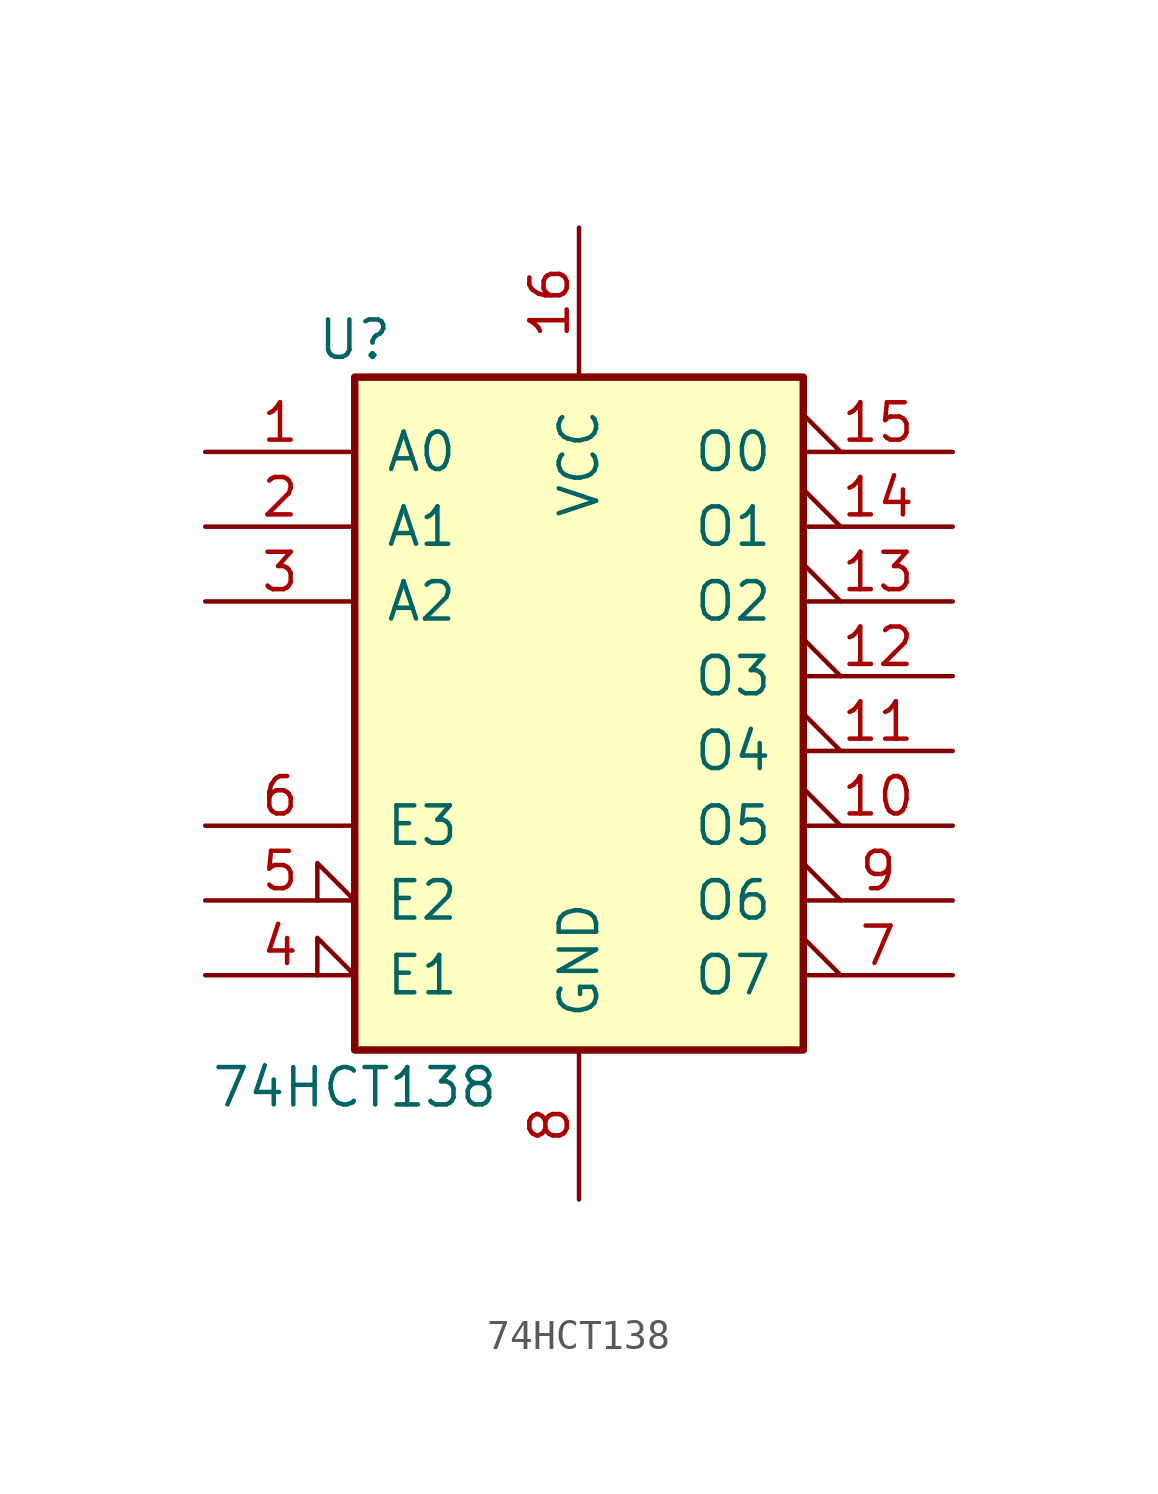
<source format=kicad_sym>
(kicad_symbol_lib
  (version 20241209)
  (generator "kicad_symbol_editor")
  (generator_version "9.0")
  (symbol "74HCT138"
    (pin_names
      (offset 1.016))
    (property "Reference" "U"
      (at -7.62 11.43 0)
      (effects (font (size 1.27 1.27))))
    (property "Value" "74HCT138"
      (at -7.62 -13.97 0)
      (effects (font (size 1.27 1.27))))
    (symbol "74HCT138_1_0"
      (pin input line (at -12.7 7.62 0) (length 5.08) (name "A0" (effects (font (size 1.27 1.27)))) (number "1" (effects (font (size 1.27 1.27)))))
      (pin input line (at -12.7 5.08 0) (length 5.08) (name "A1" (effects (font (size 1.27 1.27)))) (number "2" (effects (font (size 1.27 1.27)))))
      (pin input line (at -12.7 2.54 0) (length 5.08) (name "A2" (effects (font (size 1.27 1.27)))) (number "3" (effects (font (size 1.27 1.27)))))
      (pin input line (at -12.7 -5.08 0) (length 5.08) (name "E3" (effects (font (size 1.27 1.27)))) (number "6" (effects (font (size 1.27 1.27)))))
      (pin input input_low (at -12.7 -7.62 0) (length 5.08) (name "E2" (effects (font (size 1.27 1.27)))) (number "5" (effects (font (size 1.27 1.27)))))
      (pin input input_low (at -12.7 -10.16 0) (length 5.08) (name "E1" (effects (font (size 1.27 1.27)))) (number "4" (effects (font (size 1.27 1.27)))))
      (pin power_in line (at 0 15.24 270) (length 5.08) (name "VCC" (effects (font (size 1.27 1.27)))) (number "16" (effects (font (size 1.27 1.27)))))
      (pin power_in line (at 0 -17.78 90) (length 5.08) (name "GND" (effects (font (size 1.27 1.27)))) (number "8" (effects (font (size 1.27 1.27)))))
      (pin output output_low (at 12.7 7.62 180) (length 5.08) (name "O0" (effects (font (size 1.27 1.27)))) (number "15" (effects (font (size 1.27 1.27)))))
      (pin output output_low (at 12.7 5.08 180) (length 5.08) (name "O1" (effects (font (size 1.27 1.27)))) (number "14" (effects (font (size 1.27 1.27)))))
      (pin output output_low (at 12.7 2.54 180) (length 5.08) (name "O2" (effects (font (size 1.27 1.27)))) (number "13" (effects (font (size 1.27 1.27)))))
      (pin output output_low (at 12.7 0 180) (length 5.08) (name "O3" (effects (font (size 1.27 1.27)))) (number "12" (effects (font (size 1.27 1.27)))))
      (pin output output_low (at 12.7 -2.54 180) (length 5.08) (name "O4" (effects (font (size 1.27 1.27)))) (number "11" (effects (font (size 1.27 1.27)))))
      (pin output output_low (at 12.7 -5.08 180) (length 5.08) (name "O5" (effects (font (size 1.27 1.27)))) (number "10" (effects (font (size 1.27 1.27)))))
      (pin output output_low (at 12.7 -7.62 180) (length 5.08) (name "O6" (effects (font (size 1.27 1.27)))) (number "9" (effects (font (size 1.27 1.27)))))
      (pin output output_low (at 12.7 -10.16 180) (length 5.08) (name "O7" (effects (font (size 1.27 1.27)))) (number "7" (effects (font (size 1.27 1.27))))))
    (symbol "74HCT138_1_1"
      (rectangle (start -7.62 10.16) (end 7.62 -12.7) (stroke (width 0.254) (type solid)) (fill (type background))))))
</source>
